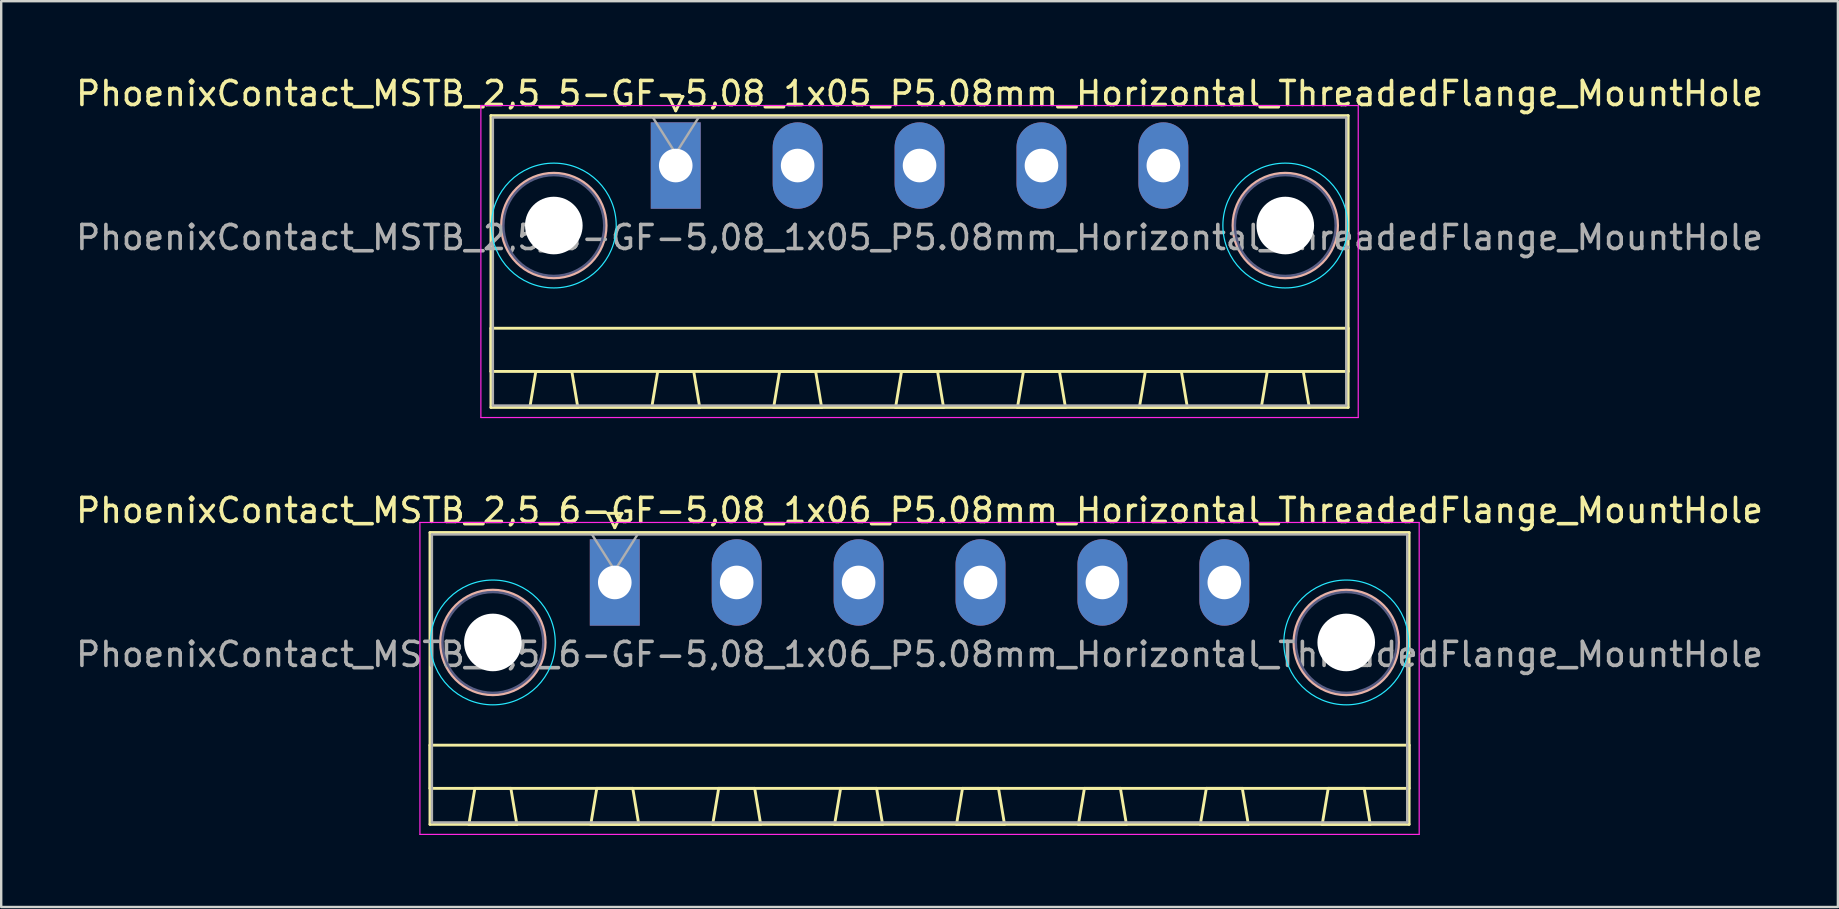
<source format=kicad_pcb>
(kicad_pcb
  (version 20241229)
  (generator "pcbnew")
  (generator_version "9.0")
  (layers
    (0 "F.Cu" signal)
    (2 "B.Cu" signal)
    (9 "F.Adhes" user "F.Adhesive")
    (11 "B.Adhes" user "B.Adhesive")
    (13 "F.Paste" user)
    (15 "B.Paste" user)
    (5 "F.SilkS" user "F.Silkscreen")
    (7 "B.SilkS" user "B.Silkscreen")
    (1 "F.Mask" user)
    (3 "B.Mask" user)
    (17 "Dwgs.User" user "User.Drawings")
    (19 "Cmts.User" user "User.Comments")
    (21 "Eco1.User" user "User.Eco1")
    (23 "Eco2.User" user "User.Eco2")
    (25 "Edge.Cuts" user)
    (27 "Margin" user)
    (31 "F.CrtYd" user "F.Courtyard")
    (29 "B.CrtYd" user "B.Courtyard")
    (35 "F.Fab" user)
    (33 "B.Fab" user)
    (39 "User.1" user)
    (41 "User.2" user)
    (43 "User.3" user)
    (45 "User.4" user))
  (footprint "PhoenixContact_MSTB_2,5_6-GF-5,08_1x06_P5.08mm_Horizontal_ThreadedFlange_MountHole"
    (layer "F.Cu")
    (at 22.568 21.221)
    (property "Reference" "PhoenixContact_MSTB_2,5_6-GF-5,08_1x06_P5.08mm_Horizontal_ThreadedFlange_MountHole" (at 12.7 -3 0) (layer "F.SilkS") (effects (font (size 1 1) (thickness 0.15))))
    (attr through_hole)
    (fp_line (start -7.7 -2.08) (end -7.7 10.08) (stroke (width 0.12) (type solid)) (layer "F.SilkS"))
    (fp_line (start -7.7 6.78) (end 33.1 6.78) (stroke (width 0.12) (type solid)) (layer "F.SilkS"))
    (fp_line (start -7.7 8.58) (end -7.7 6.78) (stroke (width 0.12) (type solid)) (layer "F.SilkS"))
    (fp_line (start -7.7 10.08) (end 33.1 10.08) (stroke (width 0.12) (type solid)) (layer "F.SilkS"))
    (fp_line (start -6.08 10.08) (end -4.08 10.08) (stroke (width 0.12) (type solid)) (layer "F.SilkS"))
    (fp_line (start -5.83 8.58) (end -6.08 10.08) (stroke (width 0.12) (type solid)) (layer "F.SilkS"))
    (fp_line (start -4.33 8.58) (end -5.83 8.58) (stroke (width 0.12) (type solid)) (layer "F.SilkS"))
    (fp_line (start -4.08 10.08) (end -4.33 8.58) (stroke (width 0.12) (type solid)) (layer "F.SilkS"))
    (fp_line (start -1 10.08) (end 1 10.08) (stroke (width 0.12) (type solid)) (layer "F.SilkS"))
    (fp_line (start -0.75 8.58) (end -1 10.08) (stroke (width 0.12) (type solid)) (layer "F.SilkS"))
    (fp_line (start -0.3 -2.88) (end 0.3 -2.88) (stroke (width 0.12) (type solid)) (layer "F.SilkS"))
    (fp_line (start 0 -2.28) (end -0.3 -2.88) (stroke (width 0.12) (type solid)) (layer "F.SilkS"))
    (fp_line (start 0.3 -2.88) (end 0 -2.28) (stroke (width 0.12) (type solid)) (layer "F.SilkS"))
    (fp_line (start 0.75 8.58) (end -0.75 8.58) (stroke (width 0.12) (type solid)) (layer "F.SilkS"))
    (fp_line (start 1 10.08) (end 0.75 8.58) (stroke (width 0.12) (type solid)) (layer "F.SilkS"))
    (fp_line (start 4.08 10.08) (end 6.08 10.08) (stroke (width 0.12) (type solid)) (layer "F.SilkS"))
    (fp_line (start 4.33 8.58) (end 4.08 10.08) (stroke (width 0.12) (type solid)) (layer "F.SilkS"))
    (fp_line (start 5.83 8.58) (end 4.33 8.58) (stroke (width 0.12) (type solid)) (layer "F.SilkS"))
    (fp_line (start 6.08 10.08) (end 5.83 8.58) (stroke (width 0.12) (type solid)) (layer "F.SilkS"))
    (fp_line (start 9.16 10.08) (end 11.16 10.08) (stroke (width 0.12) (type solid)) (layer "F.SilkS"))
    (fp_line (start 9.41 8.58) (end 9.16 10.08) (stroke (width 0.12) (type solid)) (layer "F.SilkS"))
    (fp_line (start 10.91 8.58) (end 9.41 8.58) (stroke (width 0.12) (type solid)) (layer "F.SilkS"))
    (fp_line (start 11.16 10.08) (end 10.91 8.58) (stroke (width 0.12) (type solid)) (layer "F.SilkS"))
    (fp_line (start 14.24 10.08) (end 16.24 10.08) (stroke (width 0.12) (type solid)) (layer "F.SilkS"))
    (fp_line (start 14.49 8.58) (end 14.24 10.08) (stroke (width 0.12) (type solid)) (layer "F.SilkS"))
    (fp_line (start 15.99 8.58) (end 14.49 8.58) (stroke (width 0.12) (type solid)) (layer "F.SilkS"))
    (fp_line (start 16.24 10.08) (end 15.99 8.58) (stroke (width 0.12) (type solid)) (layer "F.SilkS"))
    (fp_line (start 19.32 10.08) (end 21.32 10.08) (stroke (width 0.12) (type solid)) (layer "F.SilkS"))
    (fp_line (start 19.57 8.58) (end 19.32 10.08) (stroke (width 0.12) (type solid)) (layer "F.SilkS"))
    (fp_line (start 21.07 8.58) (end 19.57 8.58) (stroke (width 0.12) (type solid)) (layer "F.SilkS"))
    (fp_line (start 21.32 10.08) (end 21.07 8.58) (stroke (width 0.12) (type solid)) (layer "F.SilkS"))
    (fp_line (start 24.4 10.08) (end 26.4 10.08) (stroke (width 0.12) (type solid)) (layer "F.SilkS"))
    (fp_line (start 24.65 8.58) (end 24.4 10.08) (stroke (width 0.12) (type solid)) (layer "F.SilkS"))
    (fp_line (start 26.15 8.58) (end 24.65 8.58) (stroke (width 0.12) (type solid)) (layer "F.SilkS"))
    (fp_line (start 26.4 10.08) (end 26.15 8.58) (stroke (width 0.12) (type solid)) (layer "F.SilkS"))
    (fp_line (start 29.48 10.08) (end 31.48 10.08) (stroke (width 0.12) (type solid)) (layer "F.SilkS"))
    (fp_line (start 29.73 8.58) (end 29.48 10.08) (stroke (width 0.12) (type solid)) (layer "F.SilkS"))
    (fp_line (start 31.23 8.58) (end 29.73 8.58) (stroke (width 0.12) (type solid)) (layer "F.SilkS"))
    (fp_line (start 31.48 10.08) (end 31.23 8.58) (stroke (width 0.12) (type solid)) (layer "F.SilkS"))
    (fp_line (start 33.1 -2.08) (end -7.7 -2.08) (stroke (width 0.12) (type solid)) (layer "F.SilkS"))
    (fp_line (start 33.1 6.78) (end 33.1 8.58) (stroke (width 0.12) (type solid)) (layer "F.SilkS"))
    (fp_line (start 33.1 8.58) (end -7.7 8.58) (stroke (width 0.12) (type solid)) (layer "F.SilkS"))
    (fp_line (start 33.1 10.08) (end 33.1 -2.08) (stroke (width 0.12) (type solid)) (layer "F.SilkS"))
    (fp_circle (center -5.08 2.5) (end -2.9 2.5) (stroke (width 0.12) (type solid)) (fill no) (layer "B.SilkS"))
    (fp_circle (center 30.48 2.5) (end 32.66 2.5) (stroke (width 0.12) (type solid)) (fill no) (layer "B.SilkS"))
    (fp_circle (center -5.08 2.5) (end -2.48 2.5) (stroke (width 0.05) (type solid)) (fill no) (layer "B.CrtYd"))
    (fp_circle (center 30.48 2.5) (end 33.08 2.5) (stroke (width 0.05) (type solid)) (fill no) (layer "B.CrtYd"))
    (fp_line (start -8.12 -2.5) (end -8.12 10.5) (stroke (width 0.05) (type solid)) (layer "F.CrtYd"))
    (fp_line (start -8.12 10.5) (end 33.52 10.5) (stroke (width 0.05) (type solid)) (layer "F.CrtYd"))
    (fp_line (start 33.52 -2.5) (end -8.12 -2.5) (stroke (width 0.05) (type solid)) (layer "F.CrtYd"))
    (fp_line (start 33.52 10.5) (end 33.52 -2.5) (stroke (width 0.05) (type solid)) (layer "F.CrtYd"))
    (fp_circle (center -5.08 2.5) (end -2.98 2.5) (stroke (width 0.1) (type solid)) (fill no) (layer "B.Fab"))
    (fp_circle (center 30.48 2.5) (end 32.58 2.5) (stroke (width 0.1) (type solid)) (fill no) (layer "B.Fab"))
    (fp_line (start -7.62 -2) (end -7.62 10) (stroke (width 0.1) (type solid)) (layer "F.Fab"))
    (fp_line (start -7.62 10) (end 33.02 10) (stroke (width 0.1) (type solid)) (layer "F.Fab"))
    (fp_line (start 0 -0.5) (end -0.95 -2) (stroke (width 0.1) (type solid)) (layer "F.Fab"))
    (fp_line (start 0.95 -2) (end 0 -0.5) (stroke (width 0.1) (type solid)) (layer "F.Fab"))
    (fp_line (start 33.02 -2) (end -7.62 -2) (stroke (width 0.1) (type solid)) (layer "F.Fab"))
    (fp_line (start 33.02 10) (end 33.02 -2) (stroke (width 0.1) (type solid)) (layer "F.Fab"))
    (fp_text user "${REFERENCE}" (at 12.7 3 0) (layer "F.Fab") (effects (font (size 1 1) (thickness 0.15))))
    (pad "" np_thru_hole circle (at -5.08 2.5) (size 2.4 2.4) (drill 2.4) (layers "*.Cu" "*.Mask"))
    (pad "" np_thru_hole circle (at 30.48 2.5) (size 2.4 2.4) (drill 2.4) (layers "*.Cu" "*.Mask"))
    (pad "1" thru_hole rect (at 0 0) (size 2.08 3.6) (drill 1.4) (layers "*.Cu" "*.Mask"))
    (pad "2" thru_hole oval (at 5.08 0) (size 2.08 3.6) (drill 1.4) (layers "*.Cu" "*.Mask"))
    (pad "3" thru_hole oval (at 10.16 0) (size 2.08 3.6) (drill 1.4) (layers "*.Cu" "*.Mask"))
    (pad "4" thru_hole oval (at 15.24 0) (size 2.08 3.6) (drill 1.4) (layers "*.Cu" "*.Mask"))
    (pad "5" thru_hole oval (at 20.32 0) (size 2.08 3.6) (drill 1.4) (layers "*.Cu" "*.Mask"))
    (pad "6" thru_hole oval (at 25.4 0) (size 2.08 3.6) (drill 1.4) (layers "*.Cu" "*.Mask")))
  (footprint "PhoenixContact_MSTB_2,5_5-GF-5,08_1x05_P5.08mm_Horizontal_ThreadedFlange_MountHole"
    (layer "F.Cu")
    (at 25.108 3.848)
    (property "Reference" "PhoenixContact_MSTB_2,5_5-GF-5,08_1x05_P5.08mm_Horizontal_ThreadedFlange_MountHole" (at 10.16 -3 0) (layer "F.SilkS") (effects (font (size 1 1) (thickness 0.15))))
    (attr through_hole)
    (fp_line (start -7.7 -2.08) (end -7.7 10.08) (stroke (width 0.12) (type solid)) (layer "F.SilkS"))
    (fp_line (start -7.7 6.78) (end 28.02 6.78) (stroke (width 0.12) (type solid)) (layer "F.SilkS"))
    (fp_line (start -7.7 8.58) (end -7.7 6.78) (stroke (width 0.12) (type solid)) (layer "F.SilkS"))
    (fp_line (start -7.7 10.08) (end 28.02 10.08) (stroke (width 0.12) (type solid)) (layer "F.SilkS"))
    (fp_line (start -6.08 10.08) (end -4.08 10.08) (stroke (width 0.12) (type solid)) (layer "F.SilkS"))
    (fp_line (start -5.83 8.58) (end -6.08 10.08) (stroke (width 0.12) (type solid)) (layer "F.SilkS"))
    (fp_line (start -4.33 8.58) (end -5.83 8.58) (stroke (width 0.12) (type solid)) (layer "F.SilkS"))
    (fp_line (start -4.08 10.08) (end -4.33 8.58) (stroke (width 0.12) (type solid)) (layer "F.SilkS"))
    (fp_line (start -1 10.08) (end 1 10.08) (stroke (width 0.12) (type solid)) (layer "F.SilkS"))
    (fp_line (start -0.75 8.58) (end -1 10.08) (stroke (width 0.12) (type solid)) (layer "F.SilkS"))
    (fp_line (start -0.3 -2.88) (end 0.3 -2.88) (stroke (width 0.12) (type solid)) (layer "F.SilkS"))
    (fp_line (start 0 -2.28) (end -0.3 -2.88) (stroke (width 0.12) (type solid)) (layer "F.SilkS"))
    (fp_line (start 0.3 -2.88) (end 0 -2.28) (stroke (width 0.12) (type solid)) (layer "F.SilkS"))
    (fp_line (start 0.75 8.58) (end -0.75 8.58) (stroke (width 0.12) (type solid)) (layer "F.SilkS"))
    (fp_line (start 1 10.08) (end 0.75 8.58) (stroke (width 0.12) (type solid)) (layer "F.SilkS"))
    (fp_line (start 4.08 10.08) (end 6.08 10.08) (stroke (width 0.12) (type solid)) (layer "F.SilkS"))
    (fp_line (start 4.33 8.58) (end 4.08 10.08) (stroke (width 0.12) (type solid)) (layer "F.SilkS"))
    (fp_line (start 5.83 8.58) (end 4.33 8.58) (stroke (width 0.12) (type solid)) (layer "F.SilkS"))
    (fp_line (start 6.08 10.08) (end 5.83 8.58) (stroke (width 0.12) (type solid)) (layer "F.SilkS"))
    (fp_line (start 9.16 10.08) (end 11.16 10.08) (stroke (width 0.12) (type solid)) (layer "F.SilkS"))
    (fp_line (start 9.41 8.58) (end 9.16 10.08) (stroke (width 0.12) (type solid)) (layer "F.SilkS"))
    (fp_line (start 10.91 8.58) (end 9.41 8.58) (stroke (width 0.12) (type solid)) (layer "F.SilkS"))
    (fp_line (start 11.16 10.08) (end 10.91 8.58) (stroke (width 0.12) (type solid)) (layer "F.SilkS"))
    (fp_line (start 14.24 10.08) (end 16.24 10.08) (stroke (width 0.12) (type solid)) (layer "F.SilkS"))
    (fp_line (start 14.49 8.58) (end 14.24 10.08) (stroke (width 0.12) (type solid)) (layer "F.SilkS"))
    (fp_line (start 15.99 8.58) (end 14.49 8.58) (stroke (width 0.12) (type solid)) (layer "F.SilkS"))
    (fp_line (start 16.24 10.08) (end 15.99 8.58) (stroke (width 0.12) (type solid)) (layer "F.SilkS"))
    (fp_line (start 19.32 10.08) (end 21.32 10.08) (stroke (width 0.12) (type solid)) (layer "F.SilkS"))
    (fp_line (start 19.57 8.58) (end 19.32 10.08) (stroke (width 0.12) (type solid)) (layer "F.SilkS"))
    (fp_line (start 21.07 8.58) (end 19.57 8.58) (stroke (width 0.12) (type solid)) (layer "F.SilkS"))
    (fp_line (start 21.32 10.08) (end 21.07 8.58) (stroke (width 0.12) (type solid)) (layer "F.SilkS"))
    (fp_line (start 24.4 10.08) (end 26.4 10.08) (stroke (width 0.12) (type solid)) (layer "F.SilkS"))
    (fp_line (start 24.65 8.58) (end 24.4 10.08) (stroke (width 0.12) (type solid)) (layer "F.SilkS"))
    (fp_line (start 26.15 8.58) (end 24.65 8.58) (stroke (width 0.12) (type solid)) (layer "F.SilkS"))
    (fp_line (start 26.4 10.08) (end 26.15 8.58) (stroke (width 0.12) (type solid)) (layer "F.SilkS"))
    (fp_line (start 28.02 -2.08) (end -7.7 -2.08) (stroke (width 0.12) (type solid)) (layer "F.SilkS"))
    (fp_line (start 28.02 6.78) (end 28.02 8.58) (stroke (width 0.12) (type solid)) (layer "F.SilkS"))
    (fp_line (start 28.02 8.58) (end -7.7 8.58) (stroke (width 0.12) (type solid)) (layer "F.SilkS"))
    (fp_line (start 28.02 10.08) (end 28.02 -2.08) (stroke (width 0.12) (type solid)) (layer "F.SilkS"))
    (fp_circle (center -5.08 2.5) (end -2.9 2.5) (stroke (width 0.12) (type solid)) (fill no) (layer "B.SilkS"))
    (fp_circle (center 25.4 2.5) (end 27.58 2.5) (stroke (width 0.12) (type solid)) (fill no) (layer "B.SilkS"))
    (fp_circle (center -5.08 2.5) (end -2.48 2.5) (stroke (width 0.05) (type solid)) (fill no) (layer "B.CrtYd"))
    (fp_circle (center 25.4 2.5) (end 28 2.5) (stroke (width 0.05) (type solid)) (fill no) (layer "B.CrtYd"))
    (fp_line (start -8.12 -2.5) (end -8.12 10.5) (stroke (width 0.05) (type solid)) (layer "F.CrtYd"))
    (fp_line (start -8.12 10.5) (end 28.44 10.5) (stroke (width 0.05) (type solid)) (layer "F.CrtYd"))
    (fp_line (start 28.44 -2.5) (end -8.12 -2.5) (stroke (width 0.05) (type solid)) (layer "F.CrtYd"))
    (fp_line (start 28.44 10.5) (end 28.44 -2.5) (stroke (width 0.05) (type solid)) (layer "F.CrtYd"))
    (fp_circle (center -5.08 2.5) (end -2.98 2.5) (stroke (width 0.1) (type solid)) (fill no) (layer "B.Fab"))
    (fp_circle (center 25.4 2.5) (end 27.5 2.5) (stroke (width 0.1) (type solid)) (fill no) (layer "B.Fab"))
    (fp_line (start -7.62 -2) (end -7.62 10) (stroke (width 0.1) (type solid)) (layer "F.Fab"))
    (fp_line (start -7.62 10) (end 27.94 10) (stroke (width 0.1) (type solid)) (layer "F.Fab"))
    (fp_line (start 0 -0.5) (end -0.95 -2) (stroke (width 0.1) (type solid)) (layer "F.Fab"))
    (fp_line (start 0.95 -2) (end 0 -0.5) (stroke (width 0.1) (type solid)) (layer "F.Fab"))
    (fp_line (start 27.94 -2) (end -7.62 -2) (stroke (width 0.1) (type solid)) (layer "F.Fab"))
    (fp_line (start 27.94 10) (end 27.94 -2) (stroke (width 0.1) (type solid)) (layer "F.Fab"))
    (fp_text user "${REFERENCE}" (at 10.16 3 0) (layer "F.Fab") (effects (font (size 1 1) (thickness 0.15))))
    (pad "" np_thru_hole circle (at -5.08 2.5) (size 2.4 2.4) (drill 2.4) (layers "*.Cu" "*.Mask"))
    (pad "" np_thru_hole circle (at 25.4 2.5) (size 2.4 2.4) (drill 2.4) (layers "*.Cu" "*.Mask"))
    (pad "1" thru_hole rect (at 0 0) (size 2.08 3.6) (drill 1.4) (layers "*.Cu" "*.Mask"))
    (pad "2" thru_hole oval (at 5.08 0) (size 2.08 3.6) (drill 1.4) (layers "*.Cu" "*.Mask"))
    (pad "3" thru_hole oval (at 10.16 0) (size 2.08 3.6) (drill 1.4) (layers "*.Cu" "*.Mask"))
    (pad "4" thru_hole oval (at 15.24 0) (size 2.08 3.6) (drill 1.4) (layers "*.Cu" "*.Mask"))
    (pad "5" thru_hole oval (at 20.32 0) (size 2.08 3.6) (drill 1.4) (layers "*.Cu" "*.Mask")))
  (gr_rect
    (start -3 -3)
    (end 73.536 34.746)
    (stroke (width 0.1) (type default))
    (fill no)
    (layer "Edge.Cuts")))
</source>
